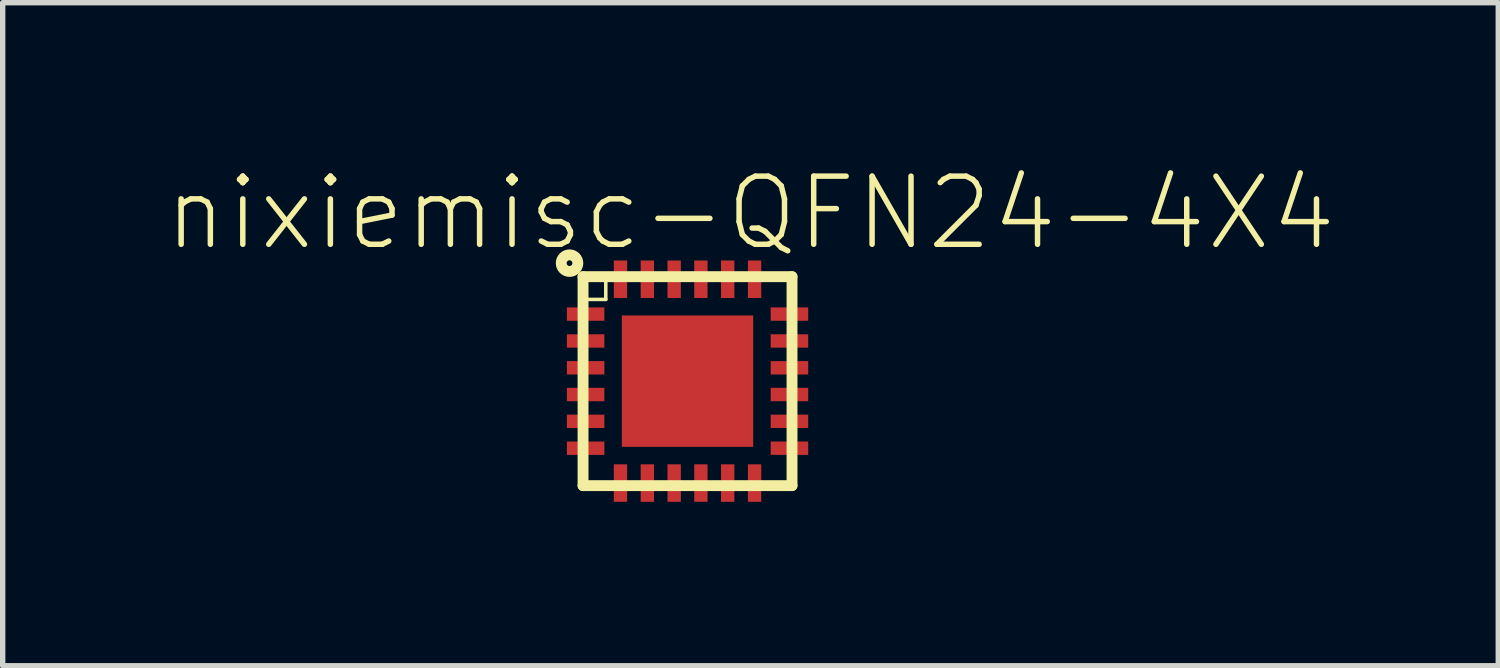
<source format=kicad_pcb>
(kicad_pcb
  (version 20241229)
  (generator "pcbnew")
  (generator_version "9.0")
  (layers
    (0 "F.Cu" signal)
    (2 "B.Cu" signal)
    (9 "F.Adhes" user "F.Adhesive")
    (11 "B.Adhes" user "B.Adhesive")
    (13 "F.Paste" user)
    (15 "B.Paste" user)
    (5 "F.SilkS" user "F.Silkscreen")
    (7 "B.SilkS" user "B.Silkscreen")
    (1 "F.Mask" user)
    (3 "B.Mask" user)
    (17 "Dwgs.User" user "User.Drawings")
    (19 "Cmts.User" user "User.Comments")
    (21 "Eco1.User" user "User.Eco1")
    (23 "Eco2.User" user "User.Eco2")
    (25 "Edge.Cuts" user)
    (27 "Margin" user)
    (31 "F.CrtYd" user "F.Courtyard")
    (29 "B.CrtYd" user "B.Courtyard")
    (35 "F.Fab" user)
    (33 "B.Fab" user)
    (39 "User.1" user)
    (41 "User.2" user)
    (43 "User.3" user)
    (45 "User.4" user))
  (footprint "nixiemisc-QFN24-4X4"
    (layer "F.Cu")
    (at 9.768 4.056)
    (property "Reference" "nixiemisc-QFN24-4X4" (at 1.173 -3.134 0) (layer "F.SilkS") (effects (font (size 1.27 1.27) (thickness 0.102))))
    (attr smd)
    (fp_line (start -2.273 -1.4) (end -1.524 -1.4) (stroke (width 0.066) (type solid)) (layer "F.Mask"))
    (fp_line (start -2.273 -1.1) (end -2.273 -1.4) (stroke (width 0.066) (type solid)) (layer "F.Mask"))
    (fp_line (start -2.273 -1.1) (end -1.524 -1.1) (stroke (width 0.066) (type solid)) (layer "F.Mask"))
    (fp_line (start -2.273 -0.899) (end -1.524 -0.899) (stroke (width 0.066) (type solid)) (layer "F.Mask"))
    (fp_line (start -2.273 -0.599) (end -2.273 -0.899) (stroke (width 0.066) (type solid)) (layer "F.Mask"))
    (fp_line (start -2.273 -0.599) (end -1.524 -0.599) (stroke (width 0.066) (type solid)) (layer "F.Mask"))
    (fp_line (start -2.273 -0.399) (end -1.524 -0.399) (stroke (width 0.066) (type solid)) (layer "F.Mask"))
    (fp_line (start -2.273 -0.099) (end -2.273 -0.399) (stroke (width 0.066) (type solid)) (layer "F.Mask"))
    (fp_line (start -2.273 -0.099) (end -1.524 -0.099) (stroke (width 0.066) (type solid)) (layer "F.Mask"))
    (fp_line (start -2.273 0.099) (end -1.524 0.099) (stroke (width 0.066) (type solid)) (layer "F.Mask"))
    (fp_line (start -2.273 0.399) (end -2.273 0.099) (stroke (width 0.066) (type solid)) (layer "F.Mask"))
    (fp_line (start -2.273 0.399) (end -1.524 0.399) (stroke (width 0.066) (type solid)) (layer "F.Mask"))
    (fp_line (start -2.273 0.599) (end -1.524 0.599) (stroke (width 0.066) (type solid)) (layer "F.Mask"))
    (fp_line (start -2.273 0.899) (end -2.273 0.599) (stroke (width 0.066) (type solid)) (layer "F.Mask"))
    (fp_line (start -2.273 0.899) (end -1.524 0.899) (stroke (width 0.066) (type solid)) (layer "F.Mask"))
    (fp_line (start -2.273 1.1) (end -1.524 1.1) (stroke (width 0.066) (type solid)) (layer "F.Mask"))
    (fp_line (start -2.273 1.4) (end -2.273 1.1) (stroke (width 0.066) (type solid)) (layer "F.Mask"))
    (fp_line (start -2.273 1.4) (end -1.524 1.4) (stroke (width 0.066) (type solid)) (layer "F.Mask"))
    (fp_line (start -1.524 -1.1) (end -1.524 -1.4) (stroke (width 0.066) (type solid)) (layer "F.Mask"))
    (fp_line (start -1.524 -0.599) (end -1.524 -0.899) (stroke (width 0.066) (type solid)) (layer "F.Mask"))
    (fp_line (start -1.524 -0.099) (end -1.524 -0.399) (stroke (width 0.066) (type solid)) (layer "F.Mask"))
    (fp_line (start -1.524 0.399) (end -1.524 0.099) (stroke (width 0.066) (type solid)) (layer "F.Mask"))
    (fp_line (start -1.524 0.899) (end -1.524 0.599) (stroke (width 0.066) (type solid)) (layer "F.Mask"))
    (fp_line (start -1.524 1.4) (end -1.524 1.1) (stroke (width 0.066) (type solid)) (layer "F.Mask"))
    (fp_line (start -1.4 -2.273) (end -1.4 -1.524) (stroke (width 0.066) (type solid)) (layer "F.Mask"))
    (fp_line (start -1.4 -2.273) (end -1.1 -2.273) (stroke (width 0.066) (type solid)) (layer "F.Mask"))
    (fp_line (start -1.4 -1.524) (end -1.1 -1.524) (stroke (width 0.066) (type solid)) (layer "F.Mask"))
    (fp_line (start -1.4 2.273) (end -1.4 1.524) (stroke (width 0.066) (type solid)) (layer "F.Mask"))
    (fp_line (start -1.1 -2.273) (end -1.1 -1.524) (stroke (width 0.066) (type solid)) (layer "F.Mask"))
    (fp_line (start -1.1 1.524) (end -1.4 1.524) (stroke (width 0.066) (type solid)) (layer "F.Mask"))
    (fp_line (start -1.1 2.273) (end -1.4 2.273) (stroke (width 0.066) (type solid)) (layer "F.Mask"))
    (fp_line (start -1.1 2.273) (end -1.1 1.524) (stroke (width 0.066) (type solid)) (layer "F.Mask"))
    (fp_line (start -0.899 -2.273) (end -0.899 -1.524) (stroke (width 0.066) (type solid)) (layer "F.Mask"))
    (fp_line (start -0.899 -2.273) (end -0.599 -2.273) (stroke (width 0.066) (type solid)) (layer "F.Mask"))
    (fp_line (start -0.899 -1.524) (end -0.599 -1.524) (stroke (width 0.066) (type solid)) (layer "F.Mask"))
    (fp_line (start -0.899 2.273) (end -0.899 1.524) (stroke (width 0.066) (type solid)) (layer "F.Mask"))
    (fp_line (start -0.599 -2.273) (end -0.599 -1.524) (stroke (width 0.066) (type solid)) (layer "F.Mask"))
    (fp_line (start -0.599 1.524) (end -0.899 1.524) (stroke (width 0.066) (type solid)) (layer "F.Mask"))
    (fp_line (start -0.599 2.273) (end -0.899 2.273) (stroke (width 0.066) (type solid)) (layer "F.Mask"))
    (fp_line (start -0.599 2.273) (end -0.599 1.524) (stroke (width 0.066) (type solid)) (layer "F.Mask"))
    (fp_line (start -0.399 -2.273) (end -0.399 -1.524) (stroke (width 0.066) (type solid)) (layer "F.Mask"))
    (fp_line (start -0.399 -2.273) (end -0.099 -2.273) (stroke (width 0.066) (type solid)) (layer "F.Mask"))
    (fp_line (start -0.399 -1.524) (end -0.099 -1.524) (stroke (width 0.066) (type solid)) (layer "F.Mask"))
    (fp_line (start -0.399 2.273) (end -0.399 1.524) (stroke (width 0.066) (type solid)) (layer "F.Mask"))
    (fp_line (start -0.099 -2.273) (end -0.099 -1.524) (stroke (width 0.066) (type solid)) (layer "F.Mask"))
    (fp_line (start -0.099 1.524) (end -0.399 1.524) (stroke (width 0.066) (type solid)) (layer "F.Mask"))
    (fp_line (start -0.099 2.273) (end -0.399 2.273) (stroke (width 0.066) (type solid)) (layer "F.Mask"))
    (fp_line (start -0.099 2.273) (end -0.099 1.524) (stroke (width 0.066) (type solid)) (layer "F.Mask"))
    (fp_line (start 0.099 -2.273) (end 0.099 -1.524) (stroke (width 0.066) (type solid)) (layer "F.Mask"))
    (fp_line (start 0.099 -2.273) (end 0.399 -2.273) (stroke (width 0.066) (type solid)) (layer "F.Mask"))
    (fp_line (start 0.099 -1.524) (end 0.399 -1.524) (stroke (width 0.066) (type solid)) (layer "F.Mask"))
    (fp_line (start 0.099 2.273) (end 0.099 1.524) (stroke (width 0.066) (type solid)) (layer "F.Mask"))
    (fp_line (start 0.399 -2.273) (end 0.399 -1.524) (stroke (width 0.066) (type solid)) (layer "F.Mask"))
    (fp_line (start 0.399 1.524) (end 0.099 1.524) (stroke (width 0.066) (type solid)) (layer "F.Mask"))
    (fp_line (start 0.399 2.273) (end 0.099 2.273) (stroke (width 0.066) (type solid)) (layer "F.Mask"))
    (fp_line (start 0.399 2.273) (end 0.399 1.524) (stroke (width 0.066) (type solid)) (layer "F.Mask"))
    (fp_line (start 0.599 -2.273) (end 0.599 -1.524) (stroke (width 0.066) (type solid)) (layer "F.Mask"))
    (fp_line (start 0.599 -2.273) (end 0.899 -2.273) (stroke (width 0.066) (type solid)) (layer "F.Mask"))
    (fp_line (start 0.599 -1.524) (end 0.899 -1.524) (stroke (width 0.066) (type solid)) (layer "F.Mask"))
    (fp_line (start 0.599 2.273) (end 0.599 1.524) (stroke (width 0.066) (type solid)) (layer "F.Mask"))
    (fp_line (start 0.899 -2.273) (end 0.899 -1.524) (stroke (width 0.066) (type solid)) (layer "F.Mask"))
    (fp_line (start 0.899 1.524) (end 0.599 1.524) (stroke (width 0.066) (type solid)) (layer "F.Mask"))
    (fp_line (start 0.899 2.273) (end 0.599 2.273) (stroke (width 0.066) (type solid)) (layer "F.Mask"))
    (fp_line (start 0.899 2.273) (end 0.899 1.524) (stroke (width 0.066) (type solid)) (layer "F.Mask"))
    (fp_line (start 1.1 -2.273) (end 1.1 -1.524) (stroke (width 0.066) (type solid)) (layer "F.Mask"))
    (fp_line (start 1.1 -2.273) (end 1.4 -2.273) (stroke (width 0.066) (type solid)) (layer "F.Mask"))
    (fp_line (start 1.1 -1.524) (end 1.4 -1.524) (stroke (width 0.066) (type solid)) (layer "F.Mask"))
    (fp_line (start 1.1 2.273) (end 1.1 1.524) (stroke (width 0.066) (type solid)) (layer "F.Mask"))
    (fp_line (start 1.4 -2.273) (end 1.4 -1.524) (stroke (width 0.066) (type solid)) (layer "F.Mask"))
    (fp_line (start 1.4 1.524) (end 1.1 1.524) (stroke (width 0.066) (type solid)) (layer "F.Mask"))
    (fp_line (start 1.4 2.273) (end 1.1 2.273) (stroke (width 0.066) (type solid)) (layer "F.Mask"))
    (fp_line (start 1.4 2.273) (end 1.4 1.524) (stroke (width 0.066) (type solid)) (layer "F.Mask"))
    (fp_line (start 1.524 -1.4) (end 1.524 -1.1) (stroke (width 0.066) (type solid)) (layer "F.Mask"))
    (fp_line (start 1.524 -0.899) (end 1.524 -0.599) (stroke (width 0.066) (type solid)) (layer "F.Mask"))
    (fp_line (start 1.524 -0.399) (end 1.524 -0.099) (stroke (width 0.066) (type solid)) (layer "F.Mask"))
    (fp_line (start 1.524 0.099) (end 1.524 0.399) (stroke (width 0.066) (type solid)) (layer "F.Mask"))
    (fp_line (start 1.524 0.599) (end 1.524 0.899) (stroke (width 0.066) (type solid)) (layer "F.Mask"))
    (fp_line (start 1.524 1.1) (end 1.524 1.4) (stroke (width 0.066) (type solid)) (layer "F.Mask"))
    (fp_line (start 2.273 -1.4) (end 1.524 -1.4) (stroke (width 0.066) (type solid)) (layer "F.Mask"))
    (fp_line (start 2.273 -1.4) (end 2.273 -1.1) (stroke (width 0.066) (type solid)) (layer "F.Mask"))
    (fp_line (start 2.273 -1.1) (end 1.524 -1.1) (stroke (width 0.066) (type solid)) (layer "F.Mask"))
    (fp_line (start 2.273 -0.899) (end 1.524 -0.899) (stroke (width 0.066) (type solid)) (layer "F.Mask"))
    (fp_line (start 2.273 -0.899) (end 2.273 -0.599) (stroke (width 0.066) (type solid)) (layer "F.Mask"))
    (fp_line (start 2.273 -0.599) (end 1.524 -0.599) (stroke (width 0.066) (type solid)) (layer "F.Mask"))
    (fp_line (start 2.273 -0.399) (end 1.524 -0.399) (stroke (width 0.066) (type solid)) (layer "F.Mask"))
    (fp_line (start 2.273 -0.399) (end 2.273 -0.099) (stroke (width 0.066) (type solid)) (layer "F.Mask"))
    (fp_line (start 2.273 -0.099) (end 1.524 -0.099) (stroke (width 0.066) (type solid)) (layer "F.Mask"))
    (fp_line (start 2.273 0.099) (end 1.524 0.099) (stroke (width 0.066) (type solid)) (layer "F.Mask"))
    (fp_line (start 2.273 0.099) (end 2.273 0.399) (stroke (width 0.066) (type solid)) (layer "F.Mask"))
    (fp_line (start 2.273 0.399) (end 1.524 0.399) (stroke (width 0.066) (type solid)) (layer "F.Mask"))
    (fp_line (start 2.273 0.599) (end 1.524 0.599) (stroke (width 0.066) (type solid)) (layer "F.Mask"))
    (fp_line (start 2.273 0.599) (end 2.273 0.899) (stroke (width 0.066) (type solid)) (layer "F.Mask"))
    (fp_line (start 2.273 0.899) (end 1.524 0.899) (stroke (width 0.066) (type solid)) (layer "F.Mask"))
    (fp_line (start 2.273 1.1) (end 1.524 1.1) (stroke (width 0.066) (type solid)) (layer "F.Mask"))
    (fp_line (start 2.273 1.1) (end 2.273 1.4) (stroke (width 0.066) (type solid)) (layer "F.Mask"))
    (fp_line (start 2.273 1.4) (end 1.524 1.4) (stroke (width 0.066) (type solid)) (layer "F.Mask"))
    (fp_poly (pts (xy -1.173 -1.173) (xy 0.973 -1.173) (xy 0.978 -1.118) (xy 0.996 -1.067) (xy 1.026 -1.019) (xy 1.069 -0.983) (xy 1.12 -0.96) (xy 1.173 -0.95) (xy 1.173 1.173) (xy -1.173 1.173) (xy -1.173 -1.173)) (stroke (width 0.203) (type solid)) (fill yes) (layer "F.Mask"))
    (fp_line (start -1.948 -1.974) (end -1.524 -1.974) (stroke (width 0.066) (type solid)) (layer "F.SilkS"))
    (fp_line (start -1.948 -1.948) (end -1.948 1.948) (stroke (width 0.203) (type solid)) (layer "F.SilkS"))
    (fp_line (start -1.948 -1.524) (end -1.948 -1.974) (stroke (width 0.066) (type solid)) (layer "F.SilkS"))
    (fp_line (start -1.948 -1.524) (end -1.524 -1.524) (stroke (width 0.066) (type solid)) (layer "F.SilkS"))
    (fp_line (start -1.948 1.948) (end 1.948 1.948) (stroke (width 0.203) (type solid)) (layer "F.SilkS"))
    (fp_line (start -1.524 -1.524) (end -1.524 -1.974) (stroke (width 0.066) (type solid)) (layer "F.SilkS"))
    (fp_line (start 1.948 -1.948) (end -1.948 -1.948) (stroke (width 0.203) (type solid)) (layer "F.SilkS"))
    (fp_line (start 1.948 1.948) (end 1.948 -1.948) (stroke (width 0.203) (type solid)) (layer "F.SilkS"))
    (fp_circle (center -2.2 -2.2) (end -2.2 -2.355) (stroke (width 0.203) (type solid)) (fill no) (layer "F.SilkS"))
    (fp_line (start -2.2 -1.349) (end -1.575 -1.349) (stroke (width 0.066) (type solid)) (layer "F.Paste"))
    (fp_line (start -2.2 -1.148) (end -2.2 -1.349) (stroke (width 0.066) (type solid)) (layer "F.Paste"))
    (fp_line (start -2.2 -1.148) (end -1.575 -1.148) (stroke (width 0.066) (type solid)) (layer "F.Paste"))
    (fp_line (start -2.2 -0.848) (end -1.575 -0.848) (stroke (width 0.066) (type solid)) (layer "F.Paste"))
    (fp_line (start -2.2 -0.648) (end -2.2 -0.848) (stroke (width 0.066) (type solid)) (layer "F.Paste"))
    (fp_line (start -2.2 -0.648) (end -1.575 -0.648) (stroke (width 0.066) (type solid)) (layer "F.Paste"))
    (fp_line (start -2.2 -0.348) (end -1.575 -0.348) (stroke (width 0.066) (type solid)) (layer "F.Paste"))
    (fp_line (start -2.2 -0.15) (end -2.2 -0.348) (stroke (width 0.066) (type solid)) (layer "F.Paste"))
    (fp_line (start -2.2 -0.15) (end -1.575 -0.15) (stroke (width 0.066) (type solid)) (layer "F.Paste"))
    (fp_line (start -2.2 0.15) (end -1.575 0.15) (stroke (width 0.066) (type solid)) (layer "F.Paste"))
    (fp_line (start -2.2 0.348) (end -2.2 0.15) (stroke (width 0.066) (type solid)) (layer "F.Paste"))
    (fp_line (start -2.2 0.348) (end -1.575 0.348) (stroke (width 0.066) (type solid)) (layer "F.Paste"))
    (fp_line (start -2.2 0.648) (end -1.575 0.648) (stroke (width 0.066) (type solid)) (layer "F.Paste"))
    (fp_line (start -2.2 0.848) (end -2.2 0.648) (stroke (width 0.066) (type solid)) (layer "F.Paste"))
    (fp_line (start -2.2 0.848) (end -1.575 0.848) (stroke (width 0.066) (type solid)) (layer "F.Paste"))
    (fp_line (start -2.2 1.148) (end -1.575 1.148) (stroke (width 0.066) (type solid)) (layer "F.Paste"))
    (fp_line (start -2.2 1.349) (end -2.2 1.148) (stroke (width 0.066) (type solid)) (layer "F.Paste"))
    (fp_line (start -2.2 1.349) (end -1.575 1.349) (stroke (width 0.066) (type solid)) (layer "F.Paste"))
    (fp_line (start -1.575 -1.148) (end -1.575 -1.349) (stroke (width 0.066) (type solid)) (layer "F.Paste"))
    (fp_line (start -1.575 -0.648) (end -1.575 -0.848) (stroke (width 0.066) (type solid)) (layer "F.Paste"))
    (fp_line (start -1.575 -0.15) (end -1.575 -0.348) (stroke (width 0.066) (type solid)) (layer "F.Paste"))
    (fp_line (start -1.575 0.348) (end -1.575 0.15) (stroke (width 0.066) (type solid)) (layer "F.Paste"))
    (fp_line (start -1.575 0.848) (end -1.575 0.648) (stroke (width 0.066) (type solid)) (layer "F.Paste"))
    (fp_line (start -1.575 1.349) (end -1.575 1.148) (stroke (width 0.066) (type solid)) (layer "F.Paste"))
    (fp_line (start -1.349 -2.2) (end -1.349 -1.575) (stroke (width 0.066) (type solid)) (layer "F.Paste"))
    (fp_line (start -1.349 -2.2) (end -1.148 -2.2) (stroke (width 0.066) (type solid)) (layer "F.Paste"))
    (fp_line (start -1.349 -1.575) (end -1.148 -1.575) (stroke (width 0.066) (type solid)) (layer "F.Paste"))
    (fp_line (start -1.349 2.2) (end -1.349 1.575) (stroke (width 0.066) (type solid)) (layer "F.Paste"))
    (fp_line (start -1.148 -2.2) (end -1.148 -1.575) (stroke (width 0.066) (type solid)) (layer "F.Paste"))
    (fp_line (start -1.148 1.575) (end -1.349 1.575) (stroke (width 0.066) (type solid)) (layer "F.Paste"))
    (fp_line (start -1.148 2.2) (end -1.349 2.2) (stroke (width 0.066) (type solid)) (layer "F.Paste"))
    (fp_line (start -1.148 2.2) (end -1.148 1.575) (stroke (width 0.066) (type solid)) (layer "F.Paste"))
    (fp_line (start -0.848 -2.2) (end -0.848 -1.575) (stroke (width 0.066) (type solid)) (layer "F.Paste"))
    (fp_line (start -0.848 -2.2) (end -0.648 -2.2) (stroke (width 0.066) (type solid)) (layer "F.Paste"))
    (fp_line (start -0.848 -1.575) (end -0.648 -1.575) (stroke (width 0.066) (type solid)) (layer "F.Paste"))
    (fp_line (start -0.848 2.2) (end -0.848 1.575) (stroke (width 0.066) (type solid)) (layer "F.Paste"))
    (fp_line (start -0.648 -2.2) (end -0.648 -1.575) (stroke (width 0.066) (type solid)) (layer "F.Paste"))
    (fp_line (start -0.648 1.575) (end -0.848 1.575) (stroke (width 0.066) (type solid)) (layer "F.Paste"))
    (fp_line (start -0.648 2.2) (end -0.848 2.2) (stroke (width 0.066) (type solid)) (layer "F.Paste"))
    (fp_line (start -0.648 2.2) (end -0.648 1.575) (stroke (width 0.066) (type solid)) (layer "F.Paste"))
    (fp_line (start -0.348 -2.2) (end -0.348 -1.575) (stroke (width 0.066) (type solid)) (layer "F.Paste"))
    (fp_line (start -0.348 -2.2) (end -0.15 -2.2) (stroke (width 0.066) (type solid)) (layer "F.Paste"))
    (fp_line (start -0.348 -1.575) (end -0.15 -1.575) (stroke (width 0.066) (type solid)) (layer "F.Paste"))
    (fp_line (start -0.348 2.2) (end -0.348 1.575) (stroke (width 0.066) (type solid)) (layer "F.Paste"))
    (fp_line (start -0.15 -2.2) (end -0.15 -1.575) (stroke (width 0.066) (type solid)) (layer "F.Paste"))
    (fp_line (start -0.15 1.575) (end -0.348 1.575) (stroke (width 0.066) (type solid)) (layer "F.Paste"))
    (fp_line (start -0.15 2.2) (end -0.348 2.2) (stroke (width 0.066) (type solid)) (layer "F.Paste"))
    (fp_line (start -0.15 2.2) (end -0.15 1.575) (stroke (width 0.066) (type solid)) (layer "F.Paste"))
    (fp_line (start 0.15 -2.2) (end 0.15 -1.575) (stroke (width 0.066) (type solid)) (layer "F.Paste"))
    (fp_line (start 0.15 -2.2) (end 0.348 -2.2) (stroke (width 0.066) (type solid)) (layer "F.Paste"))
    (fp_line (start 0.15 -1.575) (end 0.348 -1.575) (stroke (width 0.066) (type solid)) (layer "F.Paste"))
    (fp_line (start 0.15 2.2) (end 0.15 1.575) (stroke (width 0.066) (type solid)) (layer "F.Paste"))
    (fp_line (start 0.348 -2.2) (end 0.348 -1.575) (stroke (width 0.066) (type solid)) (layer "F.Paste"))
    (fp_line (start 0.348 1.575) (end 0.15 1.575) (stroke (width 0.066) (type solid)) (layer "F.Paste"))
    (fp_line (start 0.348 2.2) (end 0.15 2.2) (stroke (width 0.066) (type solid)) (layer "F.Paste"))
    (fp_line (start 0.348 2.2) (end 0.348 1.575) (stroke (width 0.066) (type solid)) (layer "F.Paste"))
    (fp_line (start 0.648 -2.2) (end 0.648 -1.575) (stroke (width 0.066) (type solid)) (layer "F.Paste"))
    (fp_line (start 0.648 -2.2) (end 0.848 -2.2) (stroke (width 0.066) (type solid)) (layer "F.Paste"))
    (fp_line (start 0.648 -1.575) (end 0.848 -1.575) (stroke (width 0.066) (type solid)) (layer "F.Paste"))
    (fp_line (start 0.648 2.2) (end 0.648 1.575) (stroke (width 0.066) (type solid)) (layer "F.Paste"))
    (fp_line (start 0.848 -2.2) (end 0.848 -1.575) (stroke (width 0.066) (type solid)) (layer "F.Paste"))
    (fp_line (start 0.848 1.575) (end 0.648 1.575) (stroke (width 0.066) (type solid)) (layer "F.Paste"))
    (fp_line (start 0.848 2.2) (end 0.648 2.2) (stroke (width 0.066) (type solid)) (layer "F.Paste"))
    (fp_line (start 0.848 2.2) (end 0.848 1.575) (stroke (width 0.066) (type solid)) (layer "F.Paste"))
    (fp_line (start 1.148 -2.2) (end 1.148 -1.575) (stroke (width 0.066) (type solid)) (layer "F.Paste"))
    (fp_line (start 1.148 -2.2) (end 1.349 -2.2) (stroke (width 0.066) (type solid)) (layer "F.Paste"))
    (fp_line (start 1.148 -1.575) (end 1.349 -1.575) (stroke (width 0.066) (type solid)) (layer "F.Paste"))
    (fp_line (start 1.148 2.2) (end 1.148 1.575) (stroke (width 0.066) (type solid)) (layer "F.Paste"))
    (fp_line (start 1.349 -2.2) (end 1.349 -1.575) (stroke (width 0.066) (type solid)) (layer "F.Paste"))
    (fp_line (start 1.349 1.575) (end 1.148 1.575) (stroke (width 0.066) (type solid)) (layer "F.Paste"))
    (fp_line (start 1.349 2.2) (end 1.148 2.2) (stroke (width 0.066) (type solid)) (layer "F.Paste"))
    (fp_line (start 1.349 2.2) (end 1.349 1.575) (stroke (width 0.066) (type solid)) (layer "F.Paste"))
    (fp_line (start 1.575 -1.349) (end 1.575 -1.148) (stroke (width 0.066) (type solid)) (layer "F.Paste"))
    (fp_line (start 1.575 -0.848) (end 1.575 -0.648) (stroke (width 0.066) (type solid)) (layer "F.Paste"))
    (fp_line (start 1.575 -0.348) (end 1.575 -0.15) (stroke (width 0.066) (type solid)) (layer "F.Paste"))
    (fp_line (start 1.575 0.15) (end 1.575 0.348) (stroke (width 0.066) (type solid)) (layer "F.Paste"))
    (fp_line (start 1.575 0.648) (end 1.575 0.848) (stroke (width 0.066) (type solid)) (layer "F.Paste"))
    (fp_line (start 1.575 1.148) (end 1.575 1.349) (stroke (width 0.066) (type solid)) (layer "F.Paste"))
    (fp_line (start 2.2 -1.349) (end 1.575 -1.349) (stroke (width 0.066) (type solid)) (layer "F.Paste"))
    (fp_line (start 2.2 -1.349) (end 2.2 -1.148) (stroke (width 0.066) (type solid)) (layer "F.Paste"))
    (fp_line (start 2.2 -1.148) (end 1.575 -1.148) (stroke (width 0.066) (type solid)) (layer "F.Paste"))
    (fp_line (start 2.2 -0.848) (end 1.575 -0.848) (stroke (width 0.066) (type solid)) (layer "F.Paste"))
    (fp_line (start 2.2 -0.848) (end 2.2 -0.648) (stroke (width 0.066) (type solid)) (layer "F.Paste"))
    (fp_line (start 2.2 -0.648) (end 1.575 -0.648) (stroke (width 0.066) (type solid)) (layer "F.Paste"))
    (fp_line (start 2.2 -0.348) (end 1.575 -0.348) (stroke (width 0.066) (type solid)) (layer "F.Paste"))
    (fp_line (start 2.2 -0.348) (end 2.2 -0.15) (stroke (width 0.066) (type solid)) (layer "F.Paste"))
    (fp_line (start 2.2 -0.15) (end 1.575 -0.15) (stroke (width 0.066) (type solid)) (layer "F.Paste"))
    (fp_line (start 2.2 0.15) (end 1.575 0.15) (stroke (width 0.066) (type solid)) (layer "F.Paste"))
    (fp_line (start 2.2 0.15) (end 2.2 0.348) (stroke (width 0.066) (type solid)) (layer "F.Paste"))
    (fp_line (start 2.2 0.348) (end 1.575 0.348) (stroke (width 0.066) (type solid)) (layer "F.Paste"))
    (fp_line (start 2.2 0.648) (end 1.575 0.648) (stroke (width 0.066) (type solid)) (layer "F.Paste"))
    (fp_line (start 2.2 0.648) (end 2.2 0.848) (stroke (width 0.066) (type solid)) (layer "F.Paste"))
    (fp_line (start 2.2 0.848) (end 1.575 0.848) (stroke (width 0.066) (type solid)) (layer "F.Paste"))
    (fp_line (start 2.2 1.148) (end 1.575 1.148) (stroke (width 0.066) (type solid)) (layer "F.Paste"))
    (fp_line (start 2.2 1.148) (end 2.2 1.349) (stroke (width 0.066) (type solid)) (layer "F.Paste"))
    (fp_line (start 2.2 1.349) (end 1.575 1.349) (stroke (width 0.066) (type solid)) (layer "F.Paste"))
    (fp_poly (pts (xy -0.998 -0.998) (xy 0.998 -0.998) (xy 0.998 0.998) (xy -0.998 0.998) (xy -0.998 -0.998)) (stroke (width 0.203) (type solid)) (fill yes) (layer "F.Paste"))
    (pad "1" smd rect (at -1.9 -1.25) (size 0.699 0.249) (layers "F.Cu" "F.Mask" "F.Paste"))
    (pad "2" smd rect (at -1.9 -0.749) (size 0.699 0.249) (layers "F.Cu" "F.Mask" "F.Paste"))
    (pad "3" smd rect (at -1.9 -0.249) (size 0.699 0.249) (layers "F.Cu" "F.Mask" "F.Paste"))
    (pad "4" smd rect (at -1.9 0.249) (size 0.699 0.249) (layers "F.Cu" "F.Mask" "F.Paste"))
    (pad "5" smd rect (at -1.9 0.749) (size 0.699 0.249) (layers "F.Cu" "F.Mask" "F.Paste"))
    (pad "6" smd rect (at -1.9 1.25) (size 0.699 0.249) (layers "F.Cu" "F.Mask" "F.Paste"))
    (pad "7" smd rect (at -1.25 1.9 90) (size 0.699 0.249) (layers "F.Cu" "F.Mask" "F.Paste"))
    (pad "8" smd rect (at -0.749 1.9 90) (size 0.699 0.249) (layers "F.Cu" "F.Mask" "F.Paste"))
    (pad "9" smd rect (at -0.249 1.9 90) (size 0.699 0.249) (layers "F.Cu" "F.Mask" "F.Paste"))
    (pad "10" smd rect (at 0.249 1.9 90) (size 0.699 0.249) (layers "F.Cu" "F.Mask" "F.Paste"))
    (pad "11" smd rect (at 0.749 1.9 90) (size 0.699 0.249) (layers "F.Cu" "F.Mask" "F.Paste"))
    (pad "12" smd rect (at 1.25 1.9 90) (size 0.699 0.249) (layers "F.Cu" "F.Mask" "F.Paste"))
    (pad "13" smd rect (at 1.9 1.25 180) (size 0.699 0.249) (layers "F.Cu" "F.Mask" "F.Paste"))
    (pad "14" smd rect (at 1.9 0.749 180) (size 0.699 0.249) (layers "F.Cu" "F.Mask" "F.Paste"))
    (pad "15" smd rect (at 1.9 0.249 180) (size 0.699 0.249) (layers "F.Cu" "F.Mask" "F.Paste"))
    (pad "16" smd rect (at 1.9 -0.249 180) (size 0.699 0.249) (layers "F.Cu" "F.Mask" "F.Paste"))
    (pad "17" smd rect (at 1.9 -0.749 180) (size 0.699 0.249) (layers "F.Cu" "F.Mask" "F.Paste"))
    (pad "18" smd rect (at 1.9 -1.25 180) (size 0.699 0.249) (layers "F.Cu" "F.Mask" "F.Paste"))
    (pad "19" smd rect (at 1.25 -1.9 270) (size 0.699 0.249) (layers "F.Cu" "F.Mask" "F.Paste"))
    (pad "20" smd rect (at 0.749 -1.9 270) (size 0.699 0.249) (layers "F.Cu" "F.Mask" "F.Paste"))
    (pad "21" smd rect (at 0.249 -1.9 270) (size 0.699 0.249) (layers "F.Cu" "F.Mask" "F.Paste"))
    (pad "22" smd rect (at -0.249 -1.9 270) (size 0.699 0.249) (layers "F.Cu" "F.Mask" "F.Paste"))
    (pad "23" smd rect (at -0.749 -1.9 270) (size 0.699 0.249) (layers "F.Cu" "F.Mask" "F.Paste"))
    (pad "24" smd rect (at -1.25 -1.9 270) (size 0.699 0.249) (layers "F.Cu" "F.Mask" "F.Paste"))
    (pad "EXP" smd rect (at 0 0) (size 2.449 2.449) (layers "F.Cu" "F.Mask" "F.Paste")))
  (gr_rect
    (start -3 -3)
    (end 24.883 9.362)
    (stroke (width 0.1) (type default))
    (fill no)
    (layer "Edge.Cuts")))
</source>
